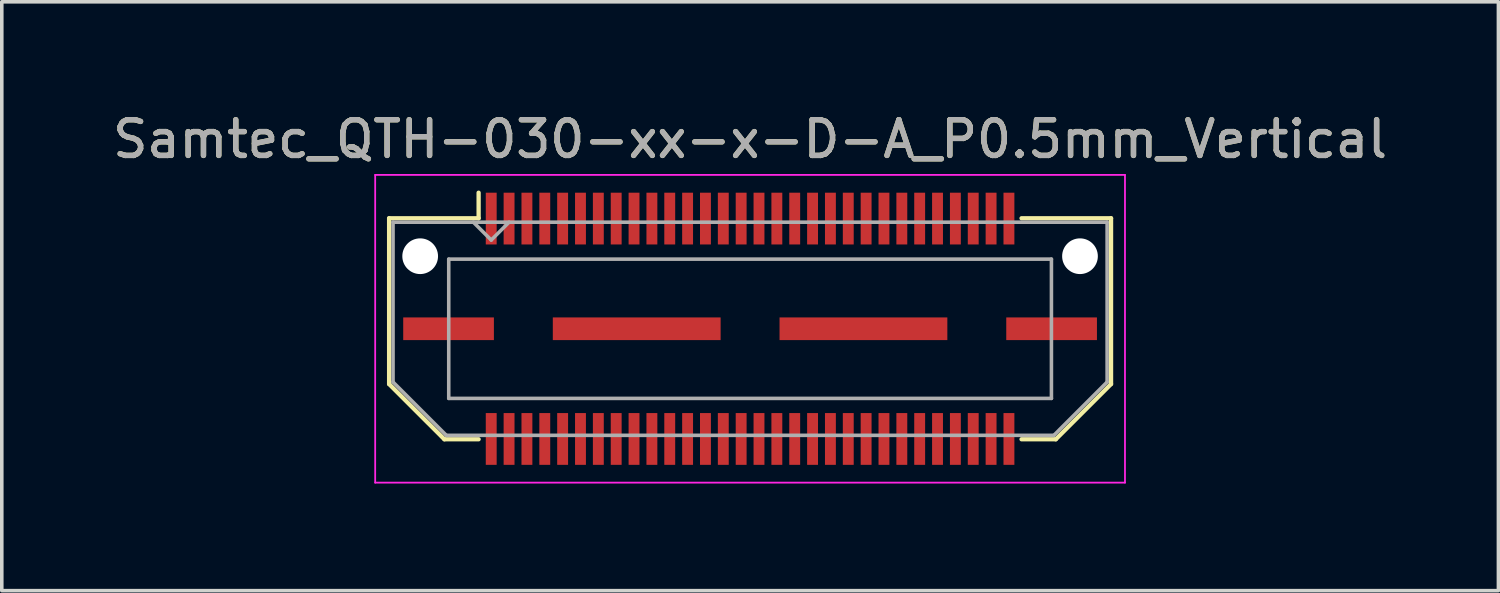
<source format=kicad_pcb>
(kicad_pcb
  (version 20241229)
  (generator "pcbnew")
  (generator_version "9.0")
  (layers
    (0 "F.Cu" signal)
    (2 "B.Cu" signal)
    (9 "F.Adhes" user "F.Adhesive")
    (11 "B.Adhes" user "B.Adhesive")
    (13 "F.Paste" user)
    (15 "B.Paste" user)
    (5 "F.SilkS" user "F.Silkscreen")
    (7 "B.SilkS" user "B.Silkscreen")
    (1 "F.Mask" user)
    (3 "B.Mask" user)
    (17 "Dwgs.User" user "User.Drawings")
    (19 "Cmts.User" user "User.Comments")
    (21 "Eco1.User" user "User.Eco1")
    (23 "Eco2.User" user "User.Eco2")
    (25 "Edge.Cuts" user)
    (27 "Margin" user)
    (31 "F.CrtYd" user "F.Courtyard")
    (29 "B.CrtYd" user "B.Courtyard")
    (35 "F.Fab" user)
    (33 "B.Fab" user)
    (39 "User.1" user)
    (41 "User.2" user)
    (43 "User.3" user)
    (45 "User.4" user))
  (footprint "Samtec_QTH-030-xx-x-D-A_P0.5mm_Vertical"
    (layer "F.Cu")
    (at 17.958 6.158)
    (property "Reference" "Samtec_QTH-030-xx-x-D-A_P0.5mm_Vertical" (at 0 -5.31 0) (layer "F.SilkS") (effects (font (size 1 1) (thickness 0.15))))
    (attr smd)
    (fp_line (start -10.11 -3.095) (end -10.11 1.548) (stroke (width 0.12) (type solid)) (layer "F.SilkS"))
    (fp_line (start -10.11 1.548) (end -8.562 3.095) (stroke (width 0.12) (type solid)) (layer "F.SilkS"))
    (fp_line (start -8.562 3.095) (end -7.603 3.095) (stroke (width 0.12) (type solid)) (layer "F.SilkS"))
    (fp_line (start -7.603 -3.811) (end -7.603 -3.095) (stroke (width 0.12) (type solid)) (layer "F.SilkS"))
    (fp_line (start -7.603 -3.095) (end -10.11 -3.095) (stroke (width 0.12) (type solid)) (layer "F.SilkS"))
    (fp_line (start 7.603 -3.095) (end 10.11 -3.095) (stroke (width 0.12) (type solid)) (layer "F.SilkS"))
    (fp_line (start 8.562 3.095) (end 7.603 3.095) (stroke (width 0.12) (type solid)) (layer "F.SilkS"))
    (fp_line (start 10.11 -3.095) (end 10.11 1.548) (stroke (width 0.12) (type solid)) (layer "F.SilkS"))
    (fp_line (start 10.11 1.548) (end 8.562 3.095) (stroke (width 0.12) (type solid)) (layer "F.SilkS"))
    (fp_line (start -10.5 -4.31) (end -10.5 4.31) (stroke (width 0.05) (type solid)) (layer "F.CrtYd"))
    (fp_line (start -10.5 4.31) (end 10.5 4.31) (stroke (width 0.05) (type solid)) (layer "F.CrtYd"))
    (fp_line (start 10.5 -4.31) (end -10.5 -4.31) (stroke (width 0.05) (type solid)) (layer "F.CrtYd"))
    (fp_line (start 10.5 4.31) (end 10.5 -4.31) (stroke (width 0.05) (type solid)) (layer "F.CrtYd"))
    (fp_line (start -10 -2.985) (end -10 1.492) (stroke (width 0.1) (type solid)) (layer "F.Fab"))
    (fp_line (start -10 -2.985) (end 10 -2.985) (stroke (width 0.1) (type solid)) (layer "F.Fab"))
    (fp_line (start -10 1.492) (end -8.508 2.985) (stroke (width 0.1) (type solid)) (layer "F.Fab"))
    (fp_line (start -8.508 2.985) (end 8.508 2.985) (stroke (width 0.1) (type solid)) (layer "F.Fab"))
    (fp_line (start -8.44 -1.95) (end -8.44 1.95) (stroke (width 0.1) (type solid)) (layer "F.Fab"))
    (fp_line (start -8.44 1.95) (end 8.44 1.95) (stroke (width 0.1) (type solid)) (layer "F.Fab"))
    (fp_line (start -7.25 -2.485) (end -7.75 -2.985) (stroke (width 0.1) (type solid)) (layer "F.Fab"))
    (fp_line (start -6.75 -2.985) (end -7.25 -2.485) (stroke (width 0.1) (type solid)) (layer "F.Fab"))
    (fp_line (start 8.44 -1.95) (end -8.44 -1.95) (stroke (width 0.1) (type solid)) (layer "F.Fab"))
    (fp_line (start 8.44 1.95) (end 8.44 -1.95) (stroke (width 0.1) (type solid)) (layer "F.Fab"))
    (fp_line (start 10 -2.985) (end 10 1.492) (stroke (width 0.1) (type solid)) (layer "F.Fab"))
    (fp_line (start 10 1.492) (end 8.508 2.985) (stroke (width 0.1) (type solid)) (layer "F.Fab"))
    (fp_text user "${REFERENCE}" (at 0 -5.31 0) (layer "F.Fab") (effects (font (size 1 1) (thickness 0.15))))
    (pad "" np_thru_hole circle (at -9.24 -2.032) (size 1 1) (drill 1) (layers "*.Cu" "*.Mask"))
    (pad "" np_thru_hole circle (at 9.24 -2.032) (size 1 1) (drill 1) (layers "*.Cu" "*.Mask"))
    (pad "1" smd rect (at -7.25 -3.086) (size 0.305 1.45) (layers "F.Cu" "F.Mask" "F.Paste"))
    (pad "2" smd rect (at -7.25 3.086) (size 0.305 1.45) (layers "F.Cu" "F.Mask" "F.Paste"))
    (pad "3" smd rect (at -6.75 -3.086) (size 0.305 1.45) (layers "F.Cu" "F.Mask" "F.Paste"))
    (pad "4" smd rect (at -6.75 3.086) (size 0.305 1.45) (layers "F.Cu" "F.Mask" "F.Paste"))
    (pad "5" smd rect (at -6.25 -3.086) (size 0.305 1.45) (layers "F.Cu" "F.Mask" "F.Paste"))
    (pad "6" smd rect (at -6.25 3.086) (size 0.305 1.45) (layers "F.Cu" "F.Mask" "F.Paste"))
    (pad "7" smd rect (at -5.75 -3.086) (size 0.305 1.45) (layers "F.Cu" "F.Mask" "F.Paste"))
    (pad "8" smd rect (at -5.75 3.086) (size 0.305 1.45) (layers "F.Cu" "F.Mask" "F.Paste"))
    (pad "9" smd rect (at -5.25 -3.086) (size 0.305 1.45) (layers "F.Cu" "F.Mask" "F.Paste"))
    (pad "10" smd rect (at -5.25 3.086) (size 0.305 1.45) (layers "F.Cu" "F.Mask" "F.Paste"))
    (pad "11" smd rect (at -4.75 -3.086) (size 0.305 1.45) (layers "F.Cu" "F.Mask" "F.Paste"))
    (pad "12" smd rect (at -4.75 3.086) (size 0.305 1.45) (layers "F.Cu" "F.Mask" "F.Paste"))
    (pad "13" smd rect (at -4.25 -3.086) (size 0.305 1.45) (layers "F.Cu" "F.Mask" "F.Paste"))
    (pad "14" smd rect (at -4.25 3.086) (size 0.305 1.45) (layers "F.Cu" "F.Mask" "F.Paste"))
    (pad "15" smd rect (at -3.75 -3.086) (size 0.305 1.45) (layers "F.Cu" "F.Mask" "F.Paste"))
    (pad "16" smd rect (at -3.75 3.086) (size 0.305 1.45) (layers "F.Cu" "F.Mask" "F.Paste"))
    (pad "17" smd rect (at -3.25 -3.086) (size 0.305 1.45) (layers "F.Cu" "F.Mask" "F.Paste"))
    (pad "18" smd rect (at -3.25 3.086) (size 0.305 1.45) (layers "F.Cu" "F.Mask" "F.Paste"))
    (pad "19" smd rect (at -2.75 -3.086) (size 0.305 1.45) (layers "F.Cu" "F.Mask" "F.Paste"))
    (pad "20" smd rect (at -2.75 3.086) (size 0.305 1.45) (layers "F.Cu" "F.Mask" "F.Paste"))
    (pad "21" smd rect (at -2.25 -3.086) (size 0.305 1.45) (layers "F.Cu" "F.Mask" "F.Paste"))
    (pad "22" smd rect (at -2.25 3.086) (size 0.305 1.45) (layers "F.Cu" "F.Mask" "F.Paste"))
    (pad "23" smd rect (at -1.75 -3.086) (size 0.305 1.45) (layers "F.Cu" "F.Mask" "F.Paste"))
    (pad "24" smd rect (at -1.75 3.086) (size 0.305 1.45) (layers "F.Cu" "F.Mask" "F.Paste"))
    (pad "25" smd rect (at -1.25 -3.086) (size 0.305 1.45) (layers "F.Cu" "F.Mask" "F.Paste"))
    (pad "26" smd rect (at -1.25 3.086) (size 0.305 1.45) (layers "F.Cu" "F.Mask" "F.Paste"))
    (pad "27" smd rect (at -0.75 -3.086) (size 0.305 1.45) (layers "F.Cu" "F.Mask" "F.Paste"))
    (pad "28" smd rect (at -0.75 3.086) (size 0.305 1.45) (layers "F.Cu" "F.Mask" "F.Paste"))
    (pad "29" smd rect (at -0.25 -3.086) (size 0.305 1.45) (layers "F.Cu" "F.Mask" "F.Paste"))
    (pad "30" smd rect (at -0.25 3.086) (size 0.305 1.45) (layers "F.Cu" "F.Mask" "F.Paste"))
    (pad "31" smd rect (at 0.25 -3.086) (size 0.305 1.45) (layers "F.Cu" "F.Mask" "F.Paste"))
    (pad "32" smd rect (at 0.25 3.086) (size 0.305 1.45) (layers "F.Cu" "F.Mask" "F.Paste"))
    (pad "33" smd rect (at 0.75 -3.086) (size 0.305 1.45) (layers "F.Cu" "F.Mask" "F.Paste"))
    (pad "34" smd rect (at 0.75 3.086) (size 0.305 1.45) (layers "F.Cu" "F.Mask" "F.Paste"))
    (pad "35" smd rect (at 1.25 -3.086) (size 0.305 1.45) (layers "F.Cu" "F.Mask" "F.Paste"))
    (pad "36" smd rect (at 1.25 3.086) (size 0.305 1.45) (layers "F.Cu" "F.Mask" "F.Paste"))
    (pad "37" smd rect (at 1.75 -3.086) (size 0.305 1.45) (layers "F.Cu" "F.Mask" "F.Paste"))
    (pad "38" smd rect (at 1.75 3.086) (size 0.305 1.45) (layers "F.Cu" "F.Mask" "F.Paste"))
    (pad "39" smd rect (at 2.25 -3.086) (size 0.305 1.45) (layers "F.Cu" "F.Mask" "F.Paste"))
    (pad "40" smd rect (at 2.25 3.086) (size 0.305 1.45) (layers "F.Cu" "F.Mask" "F.Paste"))
    (pad "41" smd rect (at 2.75 -3.086) (size 0.305 1.45) (layers "F.Cu" "F.Mask" "F.Paste"))
    (pad "42" smd rect (at 2.75 3.086) (size 0.305 1.45) (layers "F.Cu" "F.Mask" "F.Paste"))
    (pad "43" smd rect (at 3.25 -3.086) (size 0.305 1.45) (layers "F.Cu" "F.Mask" "F.Paste"))
    (pad "44" smd rect (at 3.25 3.086) (size 0.305 1.45) (layers "F.Cu" "F.Mask" "F.Paste"))
    (pad "45" smd rect (at 3.75 -3.086) (size 0.305 1.45) (layers "F.Cu" "F.Mask" "F.Paste"))
    (pad "46" smd rect (at 3.75 3.086) (size 0.305 1.45) (layers "F.Cu" "F.Mask" "F.Paste"))
    (pad "47" smd rect (at 4.25 -3.086) (size 0.305 1.45) (layers "F.Cu" "F.Mask" "F.Paste"))
    (pad "48" smd rect (at 4.25 3.086) (size 0.305 1.45) (layers "F.Cu" "F.Mask" "F.Paste"))
    (pad "49" smd rect (at 4.75 -3.086) (size 0.305 1.45) (layers "F.Cu" "F.Mask" "F.Paste"))
    (pad "50" smd rect (at 4.75 3.086) (size 0.305 1.45) (layers "F.Cu" "F.Mask" "F.Paste"))
    (pad "51" smd rect (at 5.25 -3.086) (size 0.305 1.45) (layers "F.Cu" "F.Mask" "F.Paste"))
    (pad "52" smd rect (at 5.25 3.086) (size 0.305 1.45) (layers "F.Cu" "F.Mask" "F.Paste"))
    (pad "53" smd rect (at 5.75 -3.086) (size 0.305 1.45) (layers "F.Cu" "F.Mask" "F.Paste"))
    (pad "54" smd rect (at 5.75 3.086) (size 0.305 1.45) (layers "F.Cu" "F.Mask" "F.Paste"))
    (pad "55" smd rect (at 6.25 -3.086) (size 0.305 1.45) (layers "F.Cu" "F.Mask" "F.Paste"))
    (pad "56" smd rect (at 6.25 3.086) (size 0.305 1.45) (layers "F.Cu" "F.Mask" "F.Paste"))
    (pad "57" smd rect (at 6.75 -3.086) (size 0.305 1.45) (layers "F.Cu" "F.Mask" "F.Paste"))
    (pad "58" smd rect (at 6.75 3.086) (size 0.305 1.45) (layers "F.Cu" "F.Mask" "F.Paste"))
    (pad "59" smd rect (at 7.25 -3.086) (size 0.305 1.45) (layers "F.Cu" "F.Mask" "F.Paste"))
    (pad "60" smd rect (at 7.25 3.086) (size 0.305 1.45) (layers "F.Cu" "F.Mask" "F.Paste"))
    (pad "P1" smd rect (at -8.445 0) (size 2.54 0.635) (layers "F.Cu" "F.Mask" "F.Paste"))
    (pad "P1" smd rect (at -3.175 0) (size 4.7 0.635) (layers "F.Cu" "F.Mask" "F.Paste"))
    (pad "P1" smd rect (at 3.175 0) (size 4.7 0.635) (layers "F.Cu" "F.Mask" "F.Paste"))
    (pad "P1" smd rect (at 8.445 0) (size 2.54 0.635) (layers "F.Cu" "F.Mask" "F.Paste")))
  (gr_rect
    (start -3 -3)
    (end 38.917 13.493)
    (stroke (width 0.1) (type default))
    (fill no)
    (layer "Edge.Cuts")))
</source>
